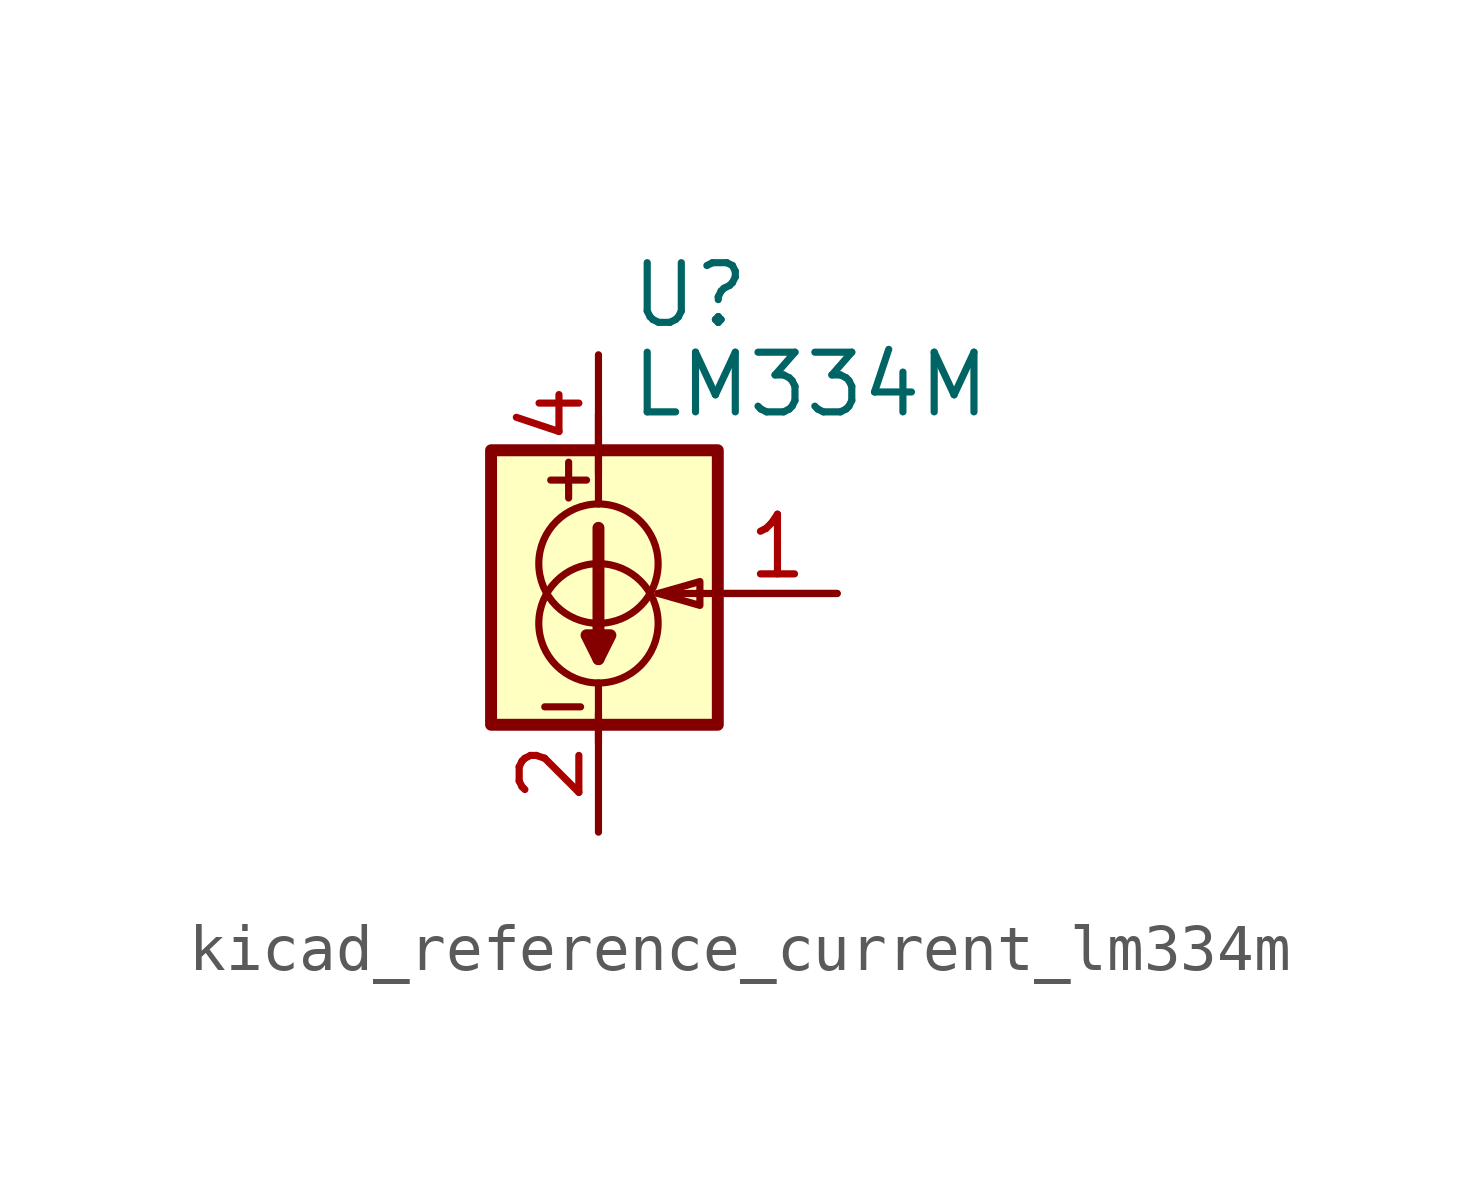
<source format=kicad_sym>
(kicad_symbol_lib
  (version 20220914)
  (generator kicad_symbol_editor)
  (symbol "kicad_reference_current_lm334m"
    (property "Reference" "U"
      (at 0.635 6.35 0)
      (effects (font (size 1.27 1.27)) (justify left)))
    (property "Value" "LM334M"
      (at 0.635 4.445 0)
      (effects (font (size 1.27 1.27)) (justify left)))
    (symbol "kicad_reference_current_lm334m_0_1"
      (rectangle (start -2.286 3.048) (end 2.54 -2.794) (stroke (width 0.254) (type default)) (fill (type background)))
      (circle (center 0 -0.635) (radius 1.27) (stroke (width 0) (type default)) (fill (type none)))
      (polyline (pts (xy -1.143 -2.413) (xy -0.381 -2.413)) (stroke (width 0) (type default)) (fill (type none)))
      (polyline (pts (xy -1.016 2.413) (xy -0.254 2.413)) (stroke (width 0) (type default)) (fill (type none)))
      (polyline (pts (xy -0.635 2.794) (xy -0.635 2.032)) (stroke (width 0) (type default)) (fill (type none)))
      (polyline (pts (xy 0 -1.905) (xy 0 -3.175)) (stroke (width 0) (type default)) (fill (type none)))
      (polyline (pts (xy 0 1.397) (xy 0 -1.397)) (stroke (width 0.254) (type default)) (fill (type none)))
      (polyline (pts (xy 0 3.81) (xy 0 1.905)) (stroke (width 0) (type default)) (fill (type none)))
      (polyline (pts (xy 5.08 0) (xy 1.27 0)) (stroke (width 0) (type default)) (fill (type none)))
      (polyline (pts (xy 0 -1.397) (xy -0.254 -0.889) (xy 0.254 -0.889) (xy 0 -1.397)) (stroke (width 0.254) (type default)) (fill (type none)))
      (polyline (pts (xy 1.27 0) (xy 2.159 0.254) (xy 2.159 -0.254) (xy 1.27 0)) (stroke (width 0) (type default)) (fill (type none)))
      (circle (center 0 0.635) (radius 1.27) (stroke (width 0) (type default)) (fill (type none))))
    (symbol "kicad_reference_current_lm334m_1_1"
      (pin passive line (at 5.08 0 180) (length 2.54) (name "~" (effects (font (size 1.27 1.27)))) (number "1" (effects (font (size 1.27 1.27)))))
      (pin passive line (at 0 -5.08 90) (length 2.54) (name "~" (effects (font (size 1.27 1.27)))) (number "2" (effects (font (size 1.27 1.27)))))
      (pin passive line (at 0 -5.08 90) (length 2.54) hide (name "~" (effects (font (size 1.27 1.27)))) (number "3" (effects (font (size 1.27 1.27)))))
      (pin passive line (at 0 5.08 270) (length 2.54) (name "~" (effects (font (size 1.27 1.27)))) (number "4" (effects (font (size 1.27 1.27)))))
      (pin passive line (at 0 -5.08 90) (length 2.54) hide (name "~" (effects (font (size 1.27 1.27)))) (number "6" (effects (font (size 1.27 1.27)))))
      (pin passive line (at 0 -5.08 90) (length 2.54) hide (name "~" (effects (font (size 1.27 1.27)))) (number "7" (effects (font (size 1.27 1.27))))))))
</source>
